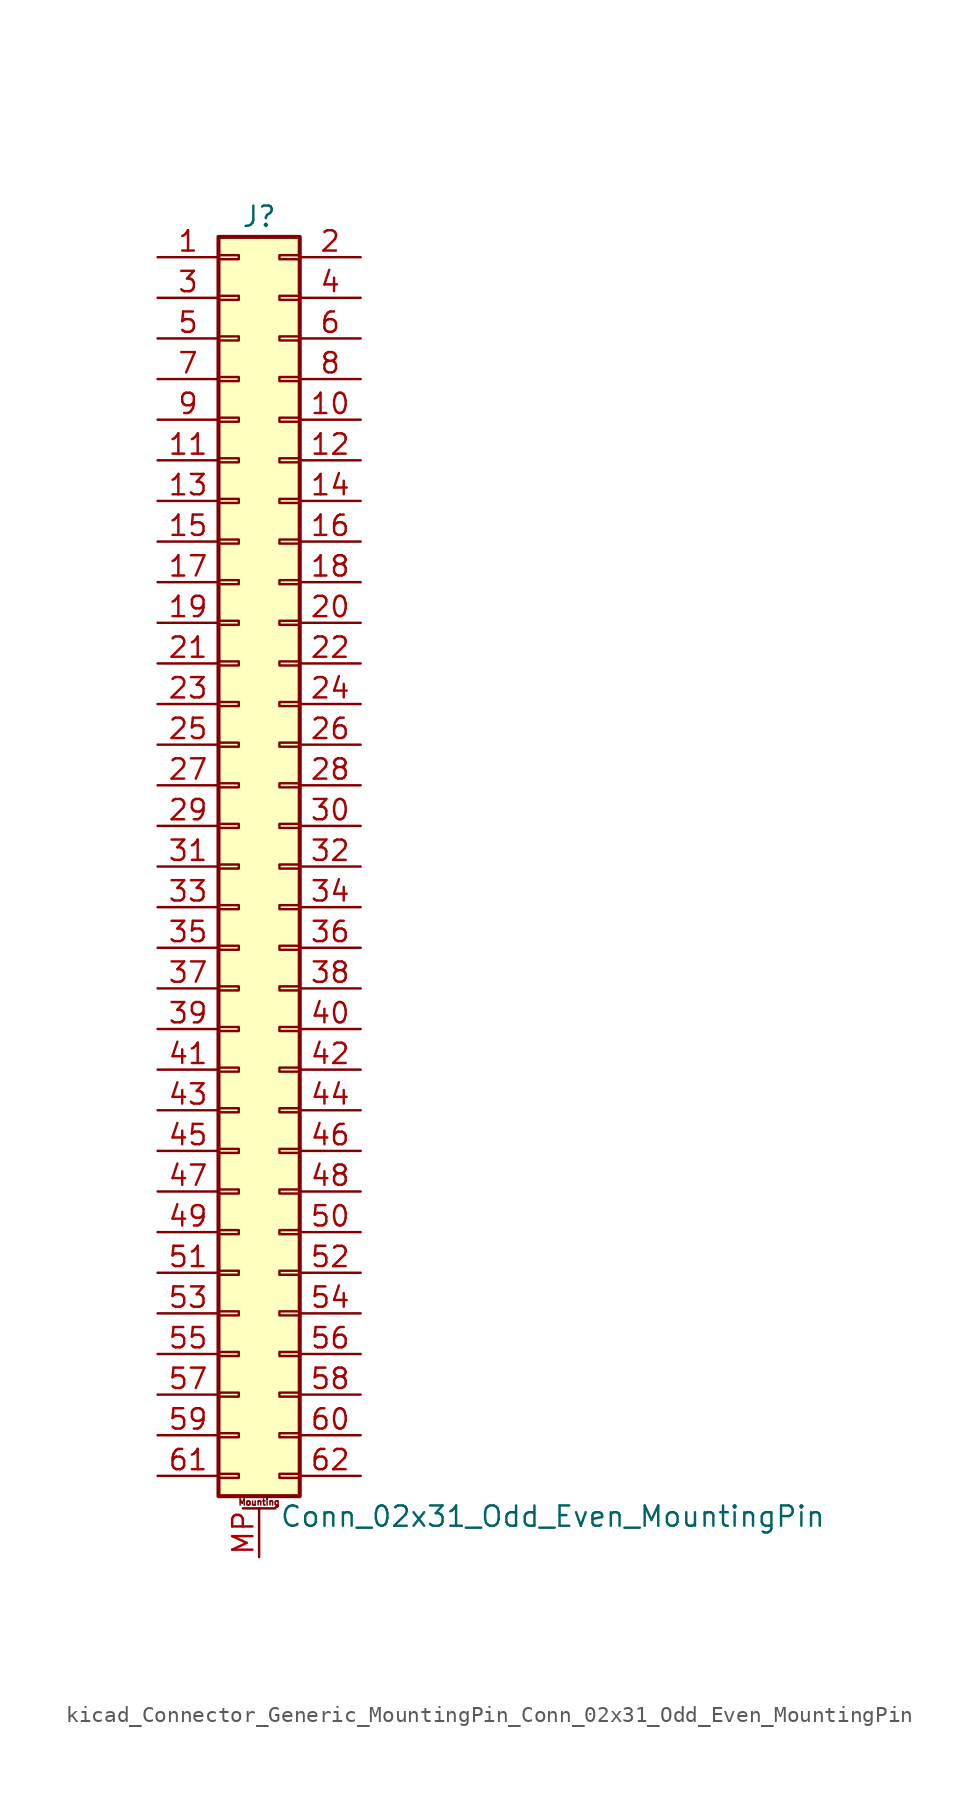
<source format=kicad_sym>
(kicad_symbol_lib
  (version 20220914)
  (generator kicad_symbol_editor)
  (symbol "kicad_Connector_Generic_MountingPin_Conn_02x31_Odd_Even_MountingPin"
    (pin_names
      (offset 1.016) hide)
    (property "Reference" "J"
      (at 1.27 40.64 0)
      (effects (font (size 1.27 1.27))))
    (property "Value" "Conn_02x31_Odd_Even_MountingPin"
      (at 2.54 -40.64 0)
      (effects (font (size 1.27 1.27)) (justify left)))
    (symbol "kicad_Connector_Generic_MountingPin_Conn_02x31_Odd_Even_MountingPin_1_1"
      (rectangle (start -1.27 -37.973) (end 0 -38.227) (stroke (width 0.152) (type default)) (fill (type none)))
      (rectangle (start -1.27 -35.433) (end 0 -35.687) (stroke (width 0.152) (type default)) (fill (type none)))
      (rectangle (start -1.27 -32.893) (end 0 -33.147) (stroke (width 0.152) (type default)) (fill (type none)))
      (rectangle (start -1.27 -30.353) (end 0 -30.607) (stroke (width 0.152) (type default)) (fill (type none)))
      (rectangle (start -1.27 -27.813) (end 0 -28.067) (stroke (width 0.152) (type default)) (fill (type none)))
      (rectangle (start -1.27 -25.273) (end 0 -25.527) (stroke (width 0.152) (type default)) (fill (type none)))
      (rectangle (start -1.27 -22.733) (end 0 -22.987) (stroke (width 0.152) (type default)) (fill (type none)))
      (rectangle (start -1.27 -20.193) (end 0 -20.447) (stroke (width 0.152) (type default)) (fill (type none)))
      (rectangle (start -1.27 -17.653) (end 0 -17.907) (stroke (width 0.152) (type default)) (fill (type none)))
      (rectangle (start -1.27 -15.113) (end 0 -15.367) (stroke (width 0.152) (type default)) (fill (type none)))
      (rectangle (start -1.27 -12.573) (end 0 -12.827) (stroke (width 0.152) (type default)) (fill (type none)))
      (rectangle (start -1.27 -10.033) (end 0 -10.287) (stroke (width 0.152) (type default)) (fill (type none)))
      (rectangle (start -1.27 -7.493) (end 0 -7.747) (stroke (width 0.152) (type default)) (fill (type none)))
      (rectangle (start -1.27 -4.953) (end 0 -5.207) (stroke (width 0.152) (type default)) (fill (type none)))
      (rectangle (start -1.27 -2.413) (end 0 -2.667) (stroke (width 0.152) (type default)) (fill (type none)))
      (rectangle (start -1.27 0.127) (end 0 -0.127) (stroke (width 0.152) (type default)) (fill (type none)))
      (rectangle (start -1.27 2.667) (end 0 2.413) (stroke (width 0.152) (type default)) (fill (type none)))
      (rectangle (start -1.27 5.207) (end 0 4.953) (stroke (width 0.152) (type default)) (fill (type none)))
      (rectangle (start -1.27 7.747) (end 0 7.493) (stroke (width 0.152) (type default)) (fill (type none)))
      (rectangle (start -1.27 10.287) (end 0 10.033) (stroke (width 0.152) (type default)) (fill (type none)))
      (rectangle (start -1.27 12.827) (end 0 12.573) (stroke (width 0.152) (type default)) (fill (type none)))
      (rectangle (start -1.27 15.367) (end 0 15.113) (stroke (width 0.152) (type default)) (fill (type none)))
      (rectangle (start -1.27 17.907) (end 0 17.653) (stroke (width 0.152) (type default)) (fill (type none)))
      (rectangle (start -1.27 20.447) (end 0 20.193) (stroke (width 0.152) (type default)) (fill (type none)))
      (rectangle (start -1.27 22.987) (end 0 22.733) (stroke (width 0.152) (type default)) (fill (type none)))
      (rectangle (start -1.27 25.527) (end 0 25.273) (stroke (width 0.152) (type default)) (fill (type none)))
      (rectangle (start -1.27 28.067) (end 0 27.813) (stroke (width 0.152) (type default)) (fill (type none)))
      (rectangle (start -1.27 30.607) (end 0 30.353) (stroke (width 0.152) (type default)) (fill (type none)))
      (rectangle (start -1.27 33.147) (end 0 32.893) (stroke (width 0.152) (type default)) (fill (type none)))
      (rectangle (start -1.27 35.687) (end 0 35.433) (stroke (width 0.152) (type default)) (fill (type none)))
      (rectangle (start -1.27 38.227) (end 0 37.973) (stroke (width 0.152) (type default)) (fill (type none)))
      (rectangle (start -1.27 39.37) (end 3.81 -39.37) (stroke (width 0.254) (type default)) (fill (type background)))
      (polyline (pts (xy 0.254 -40.132) (xy 2.286 -40.132)) (stroke (width 0.152) (type default)) (fill (type none)))
      (rectangle (start 3.81 -37.973) (end 2.54 -38.227) (stroke (width 0.152) (type default)) (fill (type none)))
      (rectangle (start 3.81 -35.433) (end 2.54 -35.687) (stroke (width 0.152) (type default)) (fill (type none)))
      (rectangle (start 3.81 -32.893) (end 2.54 -33.147) (stroke (width 0.152) (type default)) (fill (type none)))
      (rectangle (start 3.81 -30.353) (end 2.54 -30.607) (stroke (width 0.152) (type default)) (fill (type none)))
      (rectangle (start 3.81 -27.813) (end 2.54 -28.067) (stroke (width 0.152) (type default)) (fill (type none)))
      (rectangle (start 3.81 -25.273) (end 2.54 -25.527) (stroke (width 0.152) (type default)) (fill (type none)))
      (rectangle (start 3.81 -22.733) (end 2.54 -22.987) (stroke (width 0.152) (type default)) (fill (type none)))
      (rectangle (start 3.81 -20.193) (end 2.54 -20.447) (stroke (width 0.152) (type default)) (fill (type none)))
      (rectangle (start 3.81 -17.653) (end 2.54 -17.907) (stroke (width 0.152) (type default)) (fill (type none)))
      (rectangle (start 3.81 -15.113) (end 2.54 -15.367) (stroke (width 0.152) (type default)) (fill (type none)))
      (rectangle (start 3.81 -12.573) (end 2.54 -12.827) (stroke (width 0.152) (type default)) (fill (type none)))
      (rectangle (start 3.81 -10.033) (end 2.54 -10.287) (stroke (width 0.152) (type default)) (fill (type none)))
      (rectangle (start 3.81 -7.493) (end 2.54 -7.747) (stroke (width 0.152) (type default)) (fill (type none)))
      (rectangle (start 3.81 -4.953) (end 2.54 -5.207) (stroke (width 0.152) (type default)) (fill (type none)))
      (rectangle (start 3.81 -2.413) (end 2.54 -2.667) (stroke (width 0.152) (type default)) (fill (type none)))
      (rectangle (start 3.81 0.127) (end 2.54 -0.127) (stroke (width 0.152) (type default)) (fill (type none)))
      (rectangle (start 3.81 2.667) (end 2.54 2.413) (stroke (width 0.152) (type default)) (fill (type none)))
      (rectangle (start 3.81 5.207) (end 2.54 4.953) (stroke (width 0.152) (type default)) (fill (type none)))
      (rectangle (start 3.81 7.747) (end 2.54 7.493) (stroke (width 0.152) (type default)) (fill (type none)))
      (rectangle (start 3.81 10.287) (end 2.54 10.033) (stroke (width 0.152) (type default)) (fill (type none)))
      (rectangle (start 3.81 12.827) (end 2.54 12.573) (stroke (width 0.152) (type default)) (fill (type none)))
      (rectangle (start 3.81 15.367) (end 2.54 15.113) (stroke (width 0.152) (type default)) (fill (type none)))
      (rectangle (start 3.81 17.907) (end 2.54 17.653) (stroke (width 0.152) (type default)) (fill (type none)))
      (rectangle (start 3.81 20.447) (end 2.54 20.193) (stroke (width 0.152) (type default)) (fill (type none)))
      (rectangle (start 3.81 22.987) (end 2.54 22.733) (stroke (width 0.152) (type default)) (fill (type none)))
      (rectangle (start 3.81 25.527) (end 2.54 25.273) (stroke (width 0.152) (type default)) (fill (type none)))
      (rectangle (start 3.81 28.067) (end 2.54 27.813) (stroke (width 0.152) (type default)) (fill (type none)))
      (rectangle (start 3.81 30.607) (end 2.54 30.353) (stroke (width 0.152) (type default)) (fill (type none)))
      (rectangle (start 3.81 33.147) (end 2.54 32.893) (stroke (width 0.152) (type default)) (fill (type none)))
      (rectangle (start 3.81 35.687) (end 2.54 35.433) (stroke (width 0.152) (type default)) (fill (type none)))
      (rectangle (start 3.81 38.227) (end 2.54 37.973) (stroke (width 0.152) (type default)) (fill (type none)))
      (text "Mounting" (at 1.27 -39.751 0) (effects (font (size 0.381 0.381))))
      (pin passive line (at -5.08 38.1 0) (length 3.81) (name "Pin_1" (effects (font (size 1.27 1.27)))) (number "1" (effects (font (size 1.27 1.27)))))
      (pin passive line (at 7.62 27.94 180) (length 3.81) (name "Pin_10" (effects (font (size 1.27 1.27)))) (number "10" (effects (font (size 1.27 1.27)))))
      (pin passive line (at -5.08 25.4 0) (length 3.81) (name "Pin_11" (effects (font (size 1.27 1.27)))) (number "11" (effects (font (size 1.27 1.27)))))
      (pin passive line (at 7.62 25.4 180) (length 3.81) (name "Pin_12" (effects (font (size 1.27 1.27)))) (number "12" (effects (font (size 1.27 1.27)))))
      (pin passive line (at -5.08 22.86 0) (length 3.81) (name "Pin_13" (effects (font (size 1.27 1.27)))) (number "13" (effects (font (size 1.27 1.27)))))
      (pin passive line (at 7.62 22.86 180) (length 3.81) (name "Pin_14" (effects (font (size 1.27 1.27)))) (number "14" (effects (font (size 1.27 1.27)))))
      (pin passive line (at -5.08 20.32 0) (length 3.81) (name "Pin_15" (effects (font (size 1.27 1.27)))) (number "15" (effects (font (size 1.27 1.27)))))
      (pin passive line (at 7.62 20.32 180) (length 3.81) (name "Pin_16" (effects (font (size 1.27 1.27)))) (number "16" (effects (font (size 1.27 1.27)))))
      (pin passive line (at -5.08 17.78 0) (length 3.81) (name "Pin_17" (effects (font (size 1.27 1.27)))) (number "17" (effects (font (size 1.27 1.27)))))
      (pin passive line (at 7.62 17.78 180) (length 3.81) (name "Pin_18" (effects (font (size 1.27 1.27)))) (number "18" (effects (font (size 1.27 1.27)))))
      (pin passive line (at -5.08 15.24 0) (length 3.81) (name "Pin_19" (effects (font (size 1.27 1.27)))) (number "19" (effects (font (size 1.27 1.27)))))
      (pin passive line (at 7.62 38.1 180) (length 3.81) (name "Pin_2" (effects (font (size 1.27 1.27)))) (number "2" (effects (font (size 1.27 1.27)))))
      (pin passive line (at 7.62 15.24 180) (length 3.81) (name "Pin_20" (effects (font (size 1.27 1.27)))) (number "20" (effects (font (size 1.27 1.27)))))
      (pin passive line (at -5.08 12.7 0) (length 3.81) (name "Pin_21" (effects (font (size 1.27 1.27)))) (number "21" (effects (font (size 1.27 1.27)))))
      (pin passive line (at 7.62 12.7 180) (length 3.81) (name "Pin_22" (effects (font (size 1.27 1.27)))) (number "22" (effects (font (size 1.27 1.27)))))
      (pin passive line (at -5.08 10.16 0) (length 3.81) (name "Pin_23" (effects (font (size 1.27 1.27)))) (number "23" (effects (font (size 1.27 1.27)))))
      (pin passive line (at 7.62 10.16 180) (length 3.81) (name "Pin_24" (effects (font (size 1.27 1.27)))) (number "24" (effects (font (size 1.27 1.27)))))
      (pin passive line (at -5.08 7.62 0) (length 3.81) (name "Pin_25" (effects (font (size 1.27 1.27)))) (number "25" (effects (font (size 1.27 1.27)))))
      (pin passive line (at 7.62 7.62 180) (length 3.81) (name "Pin_26" (effects (font (size 1.27 1.27)))) (number "26" (effects (font (size 1.27 1.27)))))
      (pin passive line (at -5.08 5.08 0) (length 3.81) (name "Pin_27" (effects (font (size 1.27 1.27)))) (number "27" (effects (font (size 1.27 1.27)))))
      (pin passive line (at 7.62 5.08 180) (length 3.81) (name "Pin_28" (effects (font (size 1.27 1.27)))) (number "28" (effects (font (size 1.27 1.27)))))
      (pin passive line (at -5.08 2.54 0) (length 3.81) (name "Pin_29" (effects (font (size 1.27 1.27)))) (number "29" (effects (font (size 1.27 1.27)))))
      (pin passive line (at -5.08 35.56 0) (length 3.81) (name "Pin_3" (effects (font (size 1.27 1.27)))) (number "3" (effects (font (size 1.27 1.27)))))
      (pin passive line (at 7.62 2.54 180) (length 3.81) (name "Pin_30" (effects (font (size 1.27 1.27)))) (number "30" (effects (font (size 1.27 1.27)))))
      (pin passive line (at -5.08 0 0) (length 3.81) (name "Pin_31" (effects (font (size 1.27 1.27)))) (number "31" (effects (font (size 1.27 1.27)))))
      (pin passive line (at 7.62 0 180) (length 3.81) (name "Pin_32" (effects (font (size 1.27 1.27)))) (number "32" (effects (font (size 1.27 1.27)))))
      (pin passive line (at -5.08 -2.54 0) (length 3.81) (name "Pin_33" (effects (font (size 1.27 1.27)))) (number "33" (effects (font (size 1.27 1.27)))))
      (pin passive line (at 7.62 -2.54 180) (length 3.81) (name "Pin_34" (effects (font (size 1.27 1.27)))) (number "34" (effects (font (size 1.27 1.27)))))
      (pin passive line (at -5.08 -5.08 0) (length 3.81) (name "Pin_35" (effects (font (size 1.27 1.27)))) (number "35" (effects (font (size 1.27 1.27)))))
      (pin passive line (at 7.62 -5.08 180) (length 3.81) (name "Pin_36" (effects (font (size 1.27 1.27)))) (number "36" (effects (font (size 1.27 1.27)))))
      (pin passive line (at -5.08 -7.62 0) (length 3.81) (name "Pin_37" (effects (font (size 1.27 1.27)))) (number "37" (effects (font (size 1.27 1.27)))))
      (pin passive line (at 7.62 -7.62 180) (length 3.81) (name "Pin_38" (effects (font (size 1.27 1.27)))) (number "38" (effects (font (size 1.27 1.27)))))
      (pin passive line (at -5.08 -10.16 0) (length 3.81) (name "Pin_39" (effects (font (size 1.27 1.27)))) (number "39" (effects (font (size 1.27 1.27)))))
      (pin passive line (at 7.62 35.56 180) (length 3.81) (name "Pin_4" (effects (font (size 1.27 1.27)))) (number "4" (effects (font (size 1.27 1.27)))))
      (pin passive line (at 7.62 -10.16 180) (length 3.81) (name "Pin_40" (effects (font (size 1.27 1.27)))) (number "40" (effects (font (size 1.27 1.27)))))
      (pin passive line (at -5.08 -12.7 0) (length 3.81) (name "Pin_41" (effects (font (size 1.27 1.27)))) (number "41" (effects (font (size 1.27 1.27)))))
      (pin passive line (at 7.62 -12.7 180) (length 3.81) (name "Pin_42" (effects (font (size 1.27 1.27)))) (number "42" (effects (font (size 1.27 1.27)))))
      (pin passive line (at -5.08 -15.24 0) (length 3.81) (name "Pin_43" (effects (font (size 1.27 1.27)))) (number "43" (effects (font (size 1.27 1.27)))))
      (pin passive line (at 7.62 -15.24 180) (length 3.81) (name "Pin_44" (effects (font (size 1.27 1.27)))) (number "44" (effects (font (size 1.27 1.27)))))
      (pin passive line (at -5.08 -17.78 0) (length 3.81) (name "Pin_45" (effects (font (size 1.27 1.27)))) (number "45" (effects (font (size 1.27 1.27)))))
      (pin passive line (at 7.62 -17.78 180) (length 3.81) (name "Pin_46" (effects (font (size 1.27 1.27)))) (number "46" (effects (font (size 1.27 1.27)))))
      (pin passive line (at -5.08 -20.32 0) (length 3.81) (name "Pin_47" (effects (font (size 1.27 1.27)))) (number "47" (effects (font (size 1.27 1.27)))))
      (pin passive line (at 7.62 -20.32 180) (length 3.81) (name "Pin_48" (effects (font (size 1.27 1.27)))) (number "48" (effects (font (size 1.27 1.27)))))
      (pin passive line (at -5.08 -22.86 0) (length 3.81) (name "Pin_49" (effects (font (size 1.27 1.27)))) (number "49" (effects (font (size 1.27 1.27)))))
      (pin passive line (at -5.08 33.02 0) (length 3.81) (name "Pin_5" (effects (font (size 1.27 1.27)))) (number "5" (effects (font (size 1.27 1.27)))))
      (pin passive line (at 7.62 -22.86 180) (length 3.81) (name "Pin_50" (effects (font (size 1.27 1.27)))) (number "50" (effects (font (size 1.27 1.27)))))
      (pin passive line (at -5.08 -25.4 0) (length 3.81) (name "Pin_51" (effects (font (size 1.27 1.27)))) (number "51" (effects (font (size 1.27 1.27)))))
      (pin passive line (at 7.62 -25.4 180) (length 3.81) (name "Pin_52" (effects (font (size 1.27 1.27)))) (number "52" (effects (font (size 1.27 1.27)))))
      (pin passive line (at -5.08 -27.94 0) (length 3.81) (name "Pin_53" (effects (font (size 1.27 1.27)))) (number "53" (effects (font (size 1.27 1.27)))))
      (pin passive line (at 7.62 -27.94 180) (length 3.81) (name "Pin_54" (effects (font (size 1.27 1.27)))) (number "54" (effects (font (size 1.27 1.27)))))
      (pin passive line (at -5.08 -30.48 0) (length 3.81) (name "Pin_55" (effects (font (size 1.27 1.27)))) (number "55" (effects (font (size 1.27 1.27)))))
      (pin passive line (at 7.62 -30.48 180) (length 3.81) (name "Pin_56" (effects (font (size 1.27 1.27)))) (number "56" (effects (font (size 1.27 1.27)))))
      (pin passive line (at -5.08 -33.02 0) (length 3.81) (name "Pin_57" (effects (font (size 1.27 1.27)))) (number "57" (effects (font (size 1.27 1.27)))))
      (pin passive line (at 7.62 -33.02 180) (length 3.81) (name "Pin_58" (effects (font (size 1.27 1.27)))) (number "58" (effects (font (size 1.27 1.27)))))
      (pin passive line (at -5.08 -35.56 0) (length 3.81) (name "Pin_59" (effects (font (size 1.27 1.27)))) (number "59" (effects (font (size 1.27 1.27)))))
      (pin passive line (at 7.62 33.02 180) (length 3.81) (name "Pin_6" (effects (font (size 1.27 1.27)))) (number "6" (effects (font (size 1.27 1.27)))))
      (pin passive line (at 7.62 -35.56 180) (length 3.81) (name "Pin_60" (effects (font (size 1.27 1.27)))) (number "60" (effects (font (size 1.27 1.27)))))
      (pin passive line (at -5.08 -38.1 0) (length 3.81) (name "Pin_61" (effects (font (size 1.27 1.27)))) (number "61" (effects (font (size 1.27 1.27)))))
      (pin passive line (at 7.62 -38.1 180) (length 3.81) (name "Pin_62" (effects (font (size 1.27 1.27)))) (number "62" (effects (font (size 1.27 1.27)))))
      (pin passive line (at -5.08 30.48 0) (length 3.81) (name "Pin_7" (effects (font (size 1.27 1.27)))) (number "7" (effects (font (size 1.27 1.27)))))
      (pin passive line (at 7.62 30.48 180) (length 3.81) (name "Pin_8" (effects (font (size 1.27 1.27)))) (number "8" (effects (font (size 1.27 1.27)))))
      (pin passive line (at -5.08 27.94 0) (length 3.81) (name "Pin_9" (effects (font (size 1.27 1.27)))) (number "9" (effects (font (size 1.27 1.27)))))
      (pin passive line (at 1.27 -43.18 90) (length 3.048) (name "MountPin" (effects (font (size 1.27 1.27)))) (number "MP" (effects (font (size 1.27 1.27))))))))
</source>
